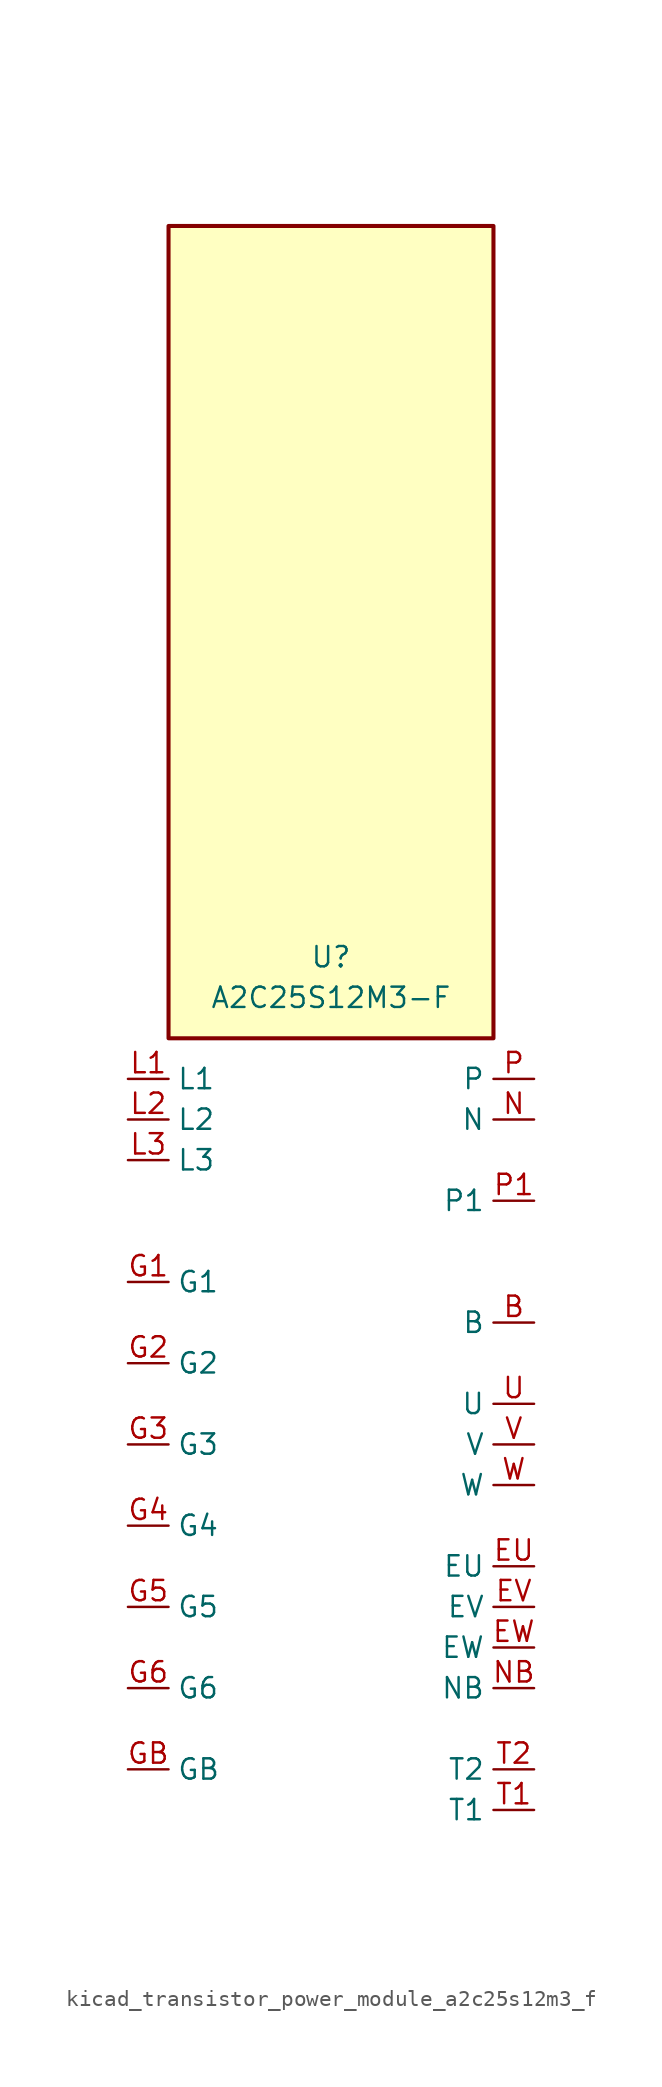
<source format=kicad_sym>
(kicad_symbol_lib
  (version 20220914)
  (generator kicad_symbol_editor)
  (symbol "kicad_transistor_power_module_a2c25s12m3_f"
    (property "Reference" "U"
      (at 0 30.48 0)
      (effects (font (size 1.27 1.27))))
    (property "Value" "A2C25S12M3-F"
      (at 0 27.94 0)
      (effects (font (size 1.27 1.27))))
    (symbol "kicad_transistor_power_module_a2c25s12m3_f_1_1"
      (rectangle (start 10.16 76.2) (end -10.16 25.4) (stroke (width 0.254) (type default)) (fill (type background)))
      (pin passive line (at 12.7 7.62 180) (length 2.54) (name "B" (effects (font (size 1.27 1.27)))) (number "B" (effects (font (size 1.27 1.27)))))
      (pin passive line (at 12.7 -7.62 180) (length 2.54) (name "EU" (effects (font (size 1.27 1.27)))) (number "EU" (effects (font (size 1.27 1.27)))))
      (pin passive line (at 12.7 -10.16 180) (length 2.54) (name "EV" (effects (font (size 1.27 1.27)))) (number "EV" (effects (font (size 1.27 1.27)))))
      (pin passive line (at 12.7 -12.7 180) (length 2.54) (name "EW" (effects (font (size 1.27 1.27)))) (number "EW" (effects (font (size 1.27 1.27)))))
      (pin passive line (at -12.7 10.16 0) (length 2.54) (name "G1" (effects (font (size 1.27 1.27)))) (number "G1" (effects (font (size 1.27 1.27)))))
      (pin passive line (at -12.7 5.08 0) (length 2.54) (name "G2" (effects (font (size 1.27 1.27)))) (number "G2" (effects (font (size 1.27 1.27)))))
      (pin passive line (at -12.7 0 0) (length 2.54) (name "G3" (effects (font (size 1.27 1.27)))) (number "G3" (effects (font (size 1.27 1.27)))))
      (pin passive line (at -12.7 -5.08 0) (length 2.54) (name "G4" (effects (font (size 1.27 1.27)))) (number "G4" (effects (font (size 1.27 1.27)))))
      (pin passive line (at -12.7 -10.16 0) (length 2.54) (name "G5" (effects (font (size 1.27 1.27)))) (number "G5" (effects (font (size 1.27 1.27)))))
      (pin passive line (at -12.7 -15.24 0) (length 2.54) (name "G6" (effects (font (size 1.27 1.27)))) (number "G6" (effects (font (size 1.27 1.27)))))
      (pin passive line (at -12.7 -20.32 0) (length 2.54) (name "GB" (effects (font (size 1.27 1.27)))) (number "GB" (effects (font (size 1.27 1.27)))))
      (pin passive line (at -12.7 22.86 0) (length 2.54) (name "L1" (effects (font (size 1.27 1.27)))) (number "L1" (effects (font (size 1.27 1.27)))))
      (pin passive line (at -12.7 20.32 0) (length 2.54) (name "L2" (effects (font (size 1.27 1.27)))) (number "L2" (effects (font (size 1.27 1.27)))))
      (pin passive line (at -12.7 17.78 0) (length 2.54) (name "L3" (effects (font (size 1.27 1.27)))) (number "L3" (effects (font (size 1.27 1.27)))))
      (pin passive line (at 12.7 20.32 180) (length 2.54) (name "N" (effects (font (size 1.27 1.27)))) (number "N" (effects (font (size 1.27 1.27)))))
      (pin passive line (at 12.7 -15.24 180) (length 2.54) (name "NB" (effects (font (size 1.27 1.27)))) (number "NB" (effects (font (size 1.27 1.27)))))
      (pin passive line (at 12.7 22.86 180) (length 2.54) (name "P" (effects (font (size 1.27 1.27)))) (number "P" (effects (font (size 1.27 1.27)))))
      (pin passive line (at 12.7 15.24 180) (length 2.54) (name "P1" (effects (font (size 1.27 1.27)))) (number "P1" (effects (font (size 1.27 1.27)))))
      (pin passive line (at 12.7 -22.86 180) (length 2.54) (name "T1" (effects (font (size 1.27 1.27)))) (number "T1" (effects (font (size 1.27 1.27)))))
      (pin passive line (at 12.7 -20.32 180) (length 2.54) (name "T2" (effects (font (size 1.27 1.27)))) (number "T2" (effects (font (size 1.27 1.27)))))
      (pin passive line (at 12.7 2.54 180) (length 2.54) (name "U" (effects (font (size 1.27 1.27)))) (number "U" (effects (font (size 1.27 1.27)))))
      (pin passive line (at 12.7 0 180) (length 2.54) (name "V" (effects (font (size 1.27 1.27)))) (number "V" (effects (font (size 1.27 1.27)))))
      (pin passive line (at 12.7 -2.54 180) (length 2.54) (name "W" (effects (font (size 1.27 1.27)))) (number "W" (effects (font (size 1.27 1.27))))))))
</source>
